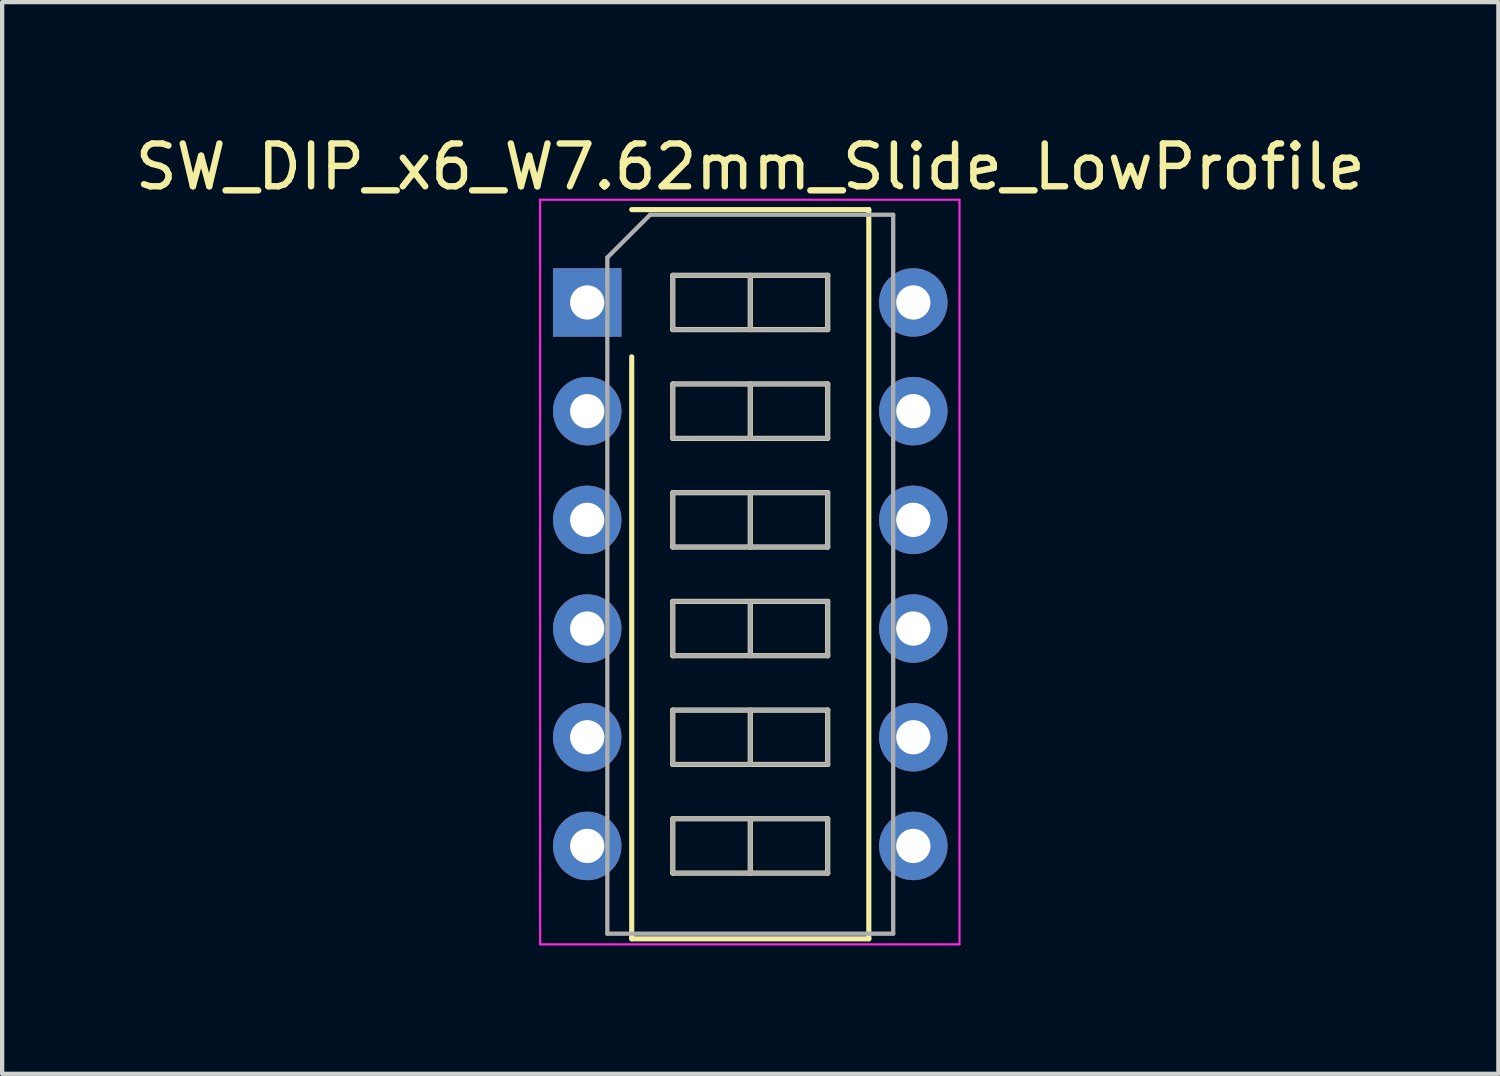
<source format=kicad_pcb>
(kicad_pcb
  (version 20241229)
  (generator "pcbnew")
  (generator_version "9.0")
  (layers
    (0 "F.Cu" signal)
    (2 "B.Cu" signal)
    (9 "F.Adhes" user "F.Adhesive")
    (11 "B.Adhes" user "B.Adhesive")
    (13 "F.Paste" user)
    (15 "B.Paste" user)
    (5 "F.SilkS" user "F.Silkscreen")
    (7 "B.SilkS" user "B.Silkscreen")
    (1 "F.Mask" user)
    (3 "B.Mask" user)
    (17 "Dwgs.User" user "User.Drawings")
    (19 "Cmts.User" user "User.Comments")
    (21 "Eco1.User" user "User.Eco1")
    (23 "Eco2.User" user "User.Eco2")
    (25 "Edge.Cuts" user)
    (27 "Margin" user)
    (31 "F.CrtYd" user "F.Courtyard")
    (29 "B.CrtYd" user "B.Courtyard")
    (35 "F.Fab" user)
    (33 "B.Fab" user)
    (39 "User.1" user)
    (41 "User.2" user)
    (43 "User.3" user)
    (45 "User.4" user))
  (footprint "SW_DIP_x6_W7.62mm_Slide_LowProfile"
    (layer "F.Cu")
    (at 10.672 4.018)
    (property "Reference" "SW_DIP_x6_W7.62mm_Slide_LowProfile" (at 3.81 -3.17 0) (layer "F.SilkS") (effects (font (size 1 1) (thickness 0.15))))
    (attr through_hole)
    (fp_line (start 1.04 -2.17) (end 6.58 -2.17) (stroke (width 0.12) (type solid)) (layer "F.SilkS"))
    (fp_line (start 1.04 14.87) (end 1.04 1.27) (stroke (width 0.12) (type solid)) (layer "F.SilkS"))
    (fp_line (start 2 -0.635) (end 2 0.635) (stroke (width 0.12) (type solid)) (layer "F.SilkS"))
    (fp_line (start 2 0.635) (end 5.62 0.635) (stroke (width 0.12) (type solid)) (layer "F.SilkS"))
    (fp_line (start 2 1.905) (end 2 3.175) (stroke (width 0.12) (type solid)) (layer "F.SilkS"))
    (fp_line (start 2 3.175) (end 5.62 3.175) (stroke (width 0.12) (type solid)) (layer "F.SilkS"))
    (fp_line (start 2 4.445) (end 2 5.715) (stroke (width 0.12) (type solid)) (layer "F.SilkS"))
    (fp_line (start 2 5.715) (end 5.62 5.715) (stroke (width 0.12) (type solid)) (layer "F.SilkS"))
    (fp_line (start 2 6.985) (end 2 8.255) (stroke (width 0.12) (type solid)) (layer "F.SilkS"))
    (fp_line (start 2 8.255) (end 5.62 8.255) (stroke (width 0.12) (type solid)) (layer "F.SilkS"))
    (fp_line (start 2 9.525) (end 2 10.795) (stroke (width 0.12) (type solid)) (layer "F.SilkS"))
    (fp_line (start 2 10.795) (end 5.62 10.795) (stroke (width 0.12) (type solid)) (layer "F.SilkS"))
    (fp_line (start 2 12.065) (end 2 13.335) (stroke (width 0.12) (type solid)) (layer "F.SilkS"))
    (fp_line (start 2 13.335) (end 5.62 13.335) (stroke (width 0.12) (type solid)) (layer "F.SilkS"))
    (fp_line (start 3.81 -0.635) (end 3.81 0.635) (stroke (width 0.12) (type solid)) (layer "F.SilkS"))
    (fp_line (start 3.81 1.905) (end 3.81 3.175) (stroke (width 0.12) (type solid)) (layer "F.SilkS"))
    (fp_line (start 3.81 4.445) (end 3.81 5.715) (stroke (width 0.12) (type solid)) (layer "F.SilkS"))
    (fp_line (start 3.81 6.985) (end 3.81 8.255) (stroke (width 0.12) (type solid)) (layer "F.SilkS"))
    (fp_line (start 3.81 9.525) (end 3.81 10.795) (stroke (width 0.12) (type solid)) (layer "F.SilkS"))
    (fp_line (start 3.81 12.065) (end 3.81 13.335) (stroke (width 0.12) (type solid)) (layer "F.SilkS"))
    (fp_line (start 5.62 -0.635) (end 2 -0.635) (stroke (width 0.12) (type solid)) (layer "F.SilkS"))
    (fp_line (start 5.62 0.635) (end 5.62 -0.635) (stroke (width 0.12) (type solid)) (layer "F.SilkS"))
    (fp_line (start 5.62 1.905) (end 2 1.905) (stroke (width 0.12) (type solid)) (layer "F.SilkS"))
    (fp_line (start 5.62 3.175) (end 5.62 1.905) (stroke (width 0.12) (type solid)) (layer "F.SilkS"))
    (fp_line (start 5.62 4.445) (end 2 4.445) (stroke (width 0.12) (type solid)) (layer "F.SilkS"))
    (fp_line (start 5.62 5.715) (end 5.62 4.445) (stroke (width 0.12) (type solid)) (layer "F.SilkS"))
    (fp_line (start 5.62 6.985) (end 2 6.985) (stroke (width 0.12) (type solid)) (layer "F.SilkS"))
    (fp_line (start 5.62 8.255) (end 5.62 6.985) (stroke (width 0.12) (type solid)) (layer "F.SilkS"))
    (fp_line (start 5.62 9.525) (end 2 9.525) (stroke (width 0.12) (type solid)) (layer "F.SilkS"))
    (fp_line (start 5.62 10.795) (end 5.62 9.525) (stroke (width 0.12) (type solid)) (layer "F.SilkS"))
    (fp_line (start 5.62 12.065) (end 2 12.065) (stroke (width 0.12) (type solid)) (layer "F.SilkS"))
    (fp_line (start 5.62 13.335) (end 5.62 12.065) (stroke (width 0.12) (type solid)) (layer "F.SilkS"))
    (fp_line (start 6.58 -2.17) (end 6.58 14.87) (stroke (width 0.12) (type solid)) (layer "F.SilkS"))
    (fp_line (start 6.58 14.87) (end 1.04 14.87) (stroke (width 0.12) (type solid)) (layer "F.SilkS"))
    (fp_line (start -1.1 -2.4) (end -1.1 15) (stroke (width 0.05) (type solid)) (layer "F.CrtYd"))
    (fp_line (start -1.1 15) (end 8.7 15) (stroke (width 0.05) (type solid)) (layer "F.CrtYd"))
    (fp_line (start 8.7 -2.4) (end -1.1 -2.4) (stroke (width 0.05) (type solid)) (layer "F.CrtYd"))
    (fp_line (start 8.7 15) (end 8.7 -2.4) (stroke (width 0.05) (type solid)) (layer "F.CrtYd"))
    (fp_line (start 0.47 -1.05) (end 1.47 -2.05) (stroke (width 0.1) (type solid)) (layer "F.Fab"))
    (fp_line (start 0.47 14.75) (end 0.47 -1.05) (stroke (width 0.1) (type solid)) (layer "F.Fab"))
    (fp_line (start 1.47 -2.05) (end 7.15 -2.05) (stroke (width 0.1) (type solid)) (layer "F.Fab"))
    (fp_line (start 2 -0.635) (end 2 0.635) (stroke (width 0.1) (type solid)) (layer "F.Fab"))
    (fp_line (start 2 0.635) (end 5.62 0.635) (stroke (width 0.1) (type solid)) (layer "F.Fab"))
    (fp_line (start 2 1.905) (end 2 3.175) (stroke (width 0.1) (type solid)) (layer "F.Fab"))
    (fp_line (start 2 3.175) (end 5.62 3.175) (stroke (width 0.1) (type solid)) (layer "F.Fab"))
    (fp_line (start 2 4.445) (end 2 5.715) (stroke (width 0.1) (type solid)) (layer "F.Fab"))
    (fp_line (start 2 5.715) (end 5.62 5.715) (stroke (width 0.1) (type solid)) (layer "F.Fab"))
    (fp_line (start 2 6.985) (end 2 8.255) (stroke (width 0.1) (type solid)) (layer "F.Fab"))
    (fp_line (start 2 8.255) (end 5.62 8.255) (stroke (width 0.1) (type solid)) (layer "F.Fab"))
    (fp_line (start 2 9.525) (end 2 10.795) (stroke (width 0.1) (type solid)) (layer "F.Fab"))
    (fp_line (start 2 10.795) (end 5.62 10.795) (stroke (width 0.1) (type solid)) (layer "F.Fab"))
    (fp_line (start 2 12.065) (end 2 13.335) (stroke (width 0.1) (type solid)) (layer "F.Fab"))
    (fp_line (start 2 13.335) (end 5.62 13.335) (stroke (width 0.1) (type solid)) (layer "F.Fab"))
    (fp_line (start 3.81 -0.635) (end 3.81 0.635) (stroke (width 0.1) (type solid)) (layer "F.Fab"))
    (fp_line (start 3.81 1.905) (end 3.81 3.175) (stroke (width 0.1) (type solid)) (layer "F.Fab"))
    (fp_line (start 3.81 4.445) (end 3.81 5.715) (stroke (width 0.1) (type solid)) (layer "F.Fab"))
    (fp_line (start 3.81 6.985) (end 3.81 8.255) (stroke (width 0.1) (type solid)) (layer "F.Fab"))
    (fp_line (start 3.81 9.525) (end 3.81 10.795) (stroke (width 0.1) (type solid)) (layer "F.Fab"))
    (fp_line (start 3.81 12.065) (end 3.81 13.335) (stroke (width 0.1) (type solid)) (layer "F.Fab"))
    (fp_line (start 5.62 -0.635) (end 2 -0.635) (stroke (width 0.1) (type solid)) (layer "F.Fab"))
    (fp_line (start 5.62 0.635) (end 5.62 -0.635) (stroke (width 0.1) (type solid)) (layer "F.Fab"))
    (fp_line (start 5.62 1.905) (end 2 1.905) (stroke (width 0.1) (type solid)) (layer "F.Fab"))
    (fp_line (start 5.62 3.175) (end 5.62 1.905) (stroke (width 0.1) (type solid)) (layer "F.Fab"))
    (fp_line (start 5.62 4.445) (end 2 4.445) (stroke (width 0.1) (type solid)) (layer "F.Fab"))
    (fp_line (start 5.62 5.715) (end 5.62 4.445) (stroke (width 0.1) (type solid)) (layer "F.Fab"))
    (fp_line (start 5.62 6.985) (end 2 6.985) (stroke (width 0.1) (type solid)) (layer "F.Fab"))
    (fp_line (start 5.62 8.255) (end 5.62 6.985) (stroke (width 0.1) (type solid)) (layer "F.Fab"))
    (fp_line (start 5.62 9.525) (end 2 9.525) (stroke (width 0.1) (type solid)) (layer "F.Fab"))
    (fp_line (start 5.62 10.795) (end 5.62 9.525) (stroke (width 0.1) (type solid)) (layer "F.Fab"))
    (fp_line (start 5.62 12.065) (end 2 12.065) (stroke (width 0.1) (type solid)) (layer "F.Fab"))
    (fp_line (start 5.62 13.335) (end 5.62 12.065) (stroke (width 0.1) (type solid)) (layer "F.Fab"))
    (fp_line (start 7.15 -2.05) (end 7.15 14.75) (stroke (width 0.1) (type solid)) (layer "F.Fab"))
    (fp_line (start 7.15 14.75) (end 0.47 14.75) (stroke (width 0.1) (type solid)) (layer "F.Fab"))
    (pad "1" thru_hole rect (at 0 0) (size 1.6 1.6) (drill 0.8) (layers "*.Cu" "*.Mask"))
    (pad "2" thru_hole oval (at 0 2.54) (size 1.6 1.6) (drill 0.8) (layers "*.Cu" "*.Mask"))
    (pad "3" thru_hole oval (at 0 5.08) (size 1.6 1.6) (drill 0.8) (layers "*.Cu" "*.Mask"))
    (pad "4" thru_hole oval (at 0 7.62) (size 1.6 1.6) (drill 0.8) (layers "*.Cu" "*.Mask"))
    (pad "5" thru_hole oval (at 0 10.16) (size 1.6 1.6) (drill 0.8) (layers "*.Cu" "*.Mask"))
    (pad "6" thru_hole oval (at 0 12.7) (size 1.6 1.6) (drill 0.8) (layers "*.Cu" "*.Mask"))
    (pad "7" thru_hole oval (at 7.62 12.7) (size 1.6 1.6) (drill 0.8) (layers "*.Cu" "*.Mask"))
    (pad "8" thru_hole oval (at 7.62 10.16) (size 1.6 1.6) (drill 0.8) (layers "*.Cu" "*.Mask"))
    (pad "9" thru_hole oval (at 7.62 7.62) (size 1.6 1.6) (drill 0.8) (layers "*.Cu" "*.Mask"))
    (pad "10" thru_hole oval (at 7.62 5.08) (size 1.6 1.6) (drill 0.8) (layers "*.Cu" "*.Mask"))
    (pad "11" thru_hole oval (at 7.62 2.54) (size 1.6 1.6) (drill 0.8) (layers "*.Cu" "*.Mask"))
    (pad "12" thru_hole oval (at 7.62 0) (size 1.6 1.6) (drill 0.8) (layers "*.Cu" "*.Mask")))
  (gr_rect
    (start -3 -3)
    (end 31.964 22.043)
    (stroke (width 0.1) (type default))
    (fill no)
    (layer "Edge.Cuts")))
</source>
